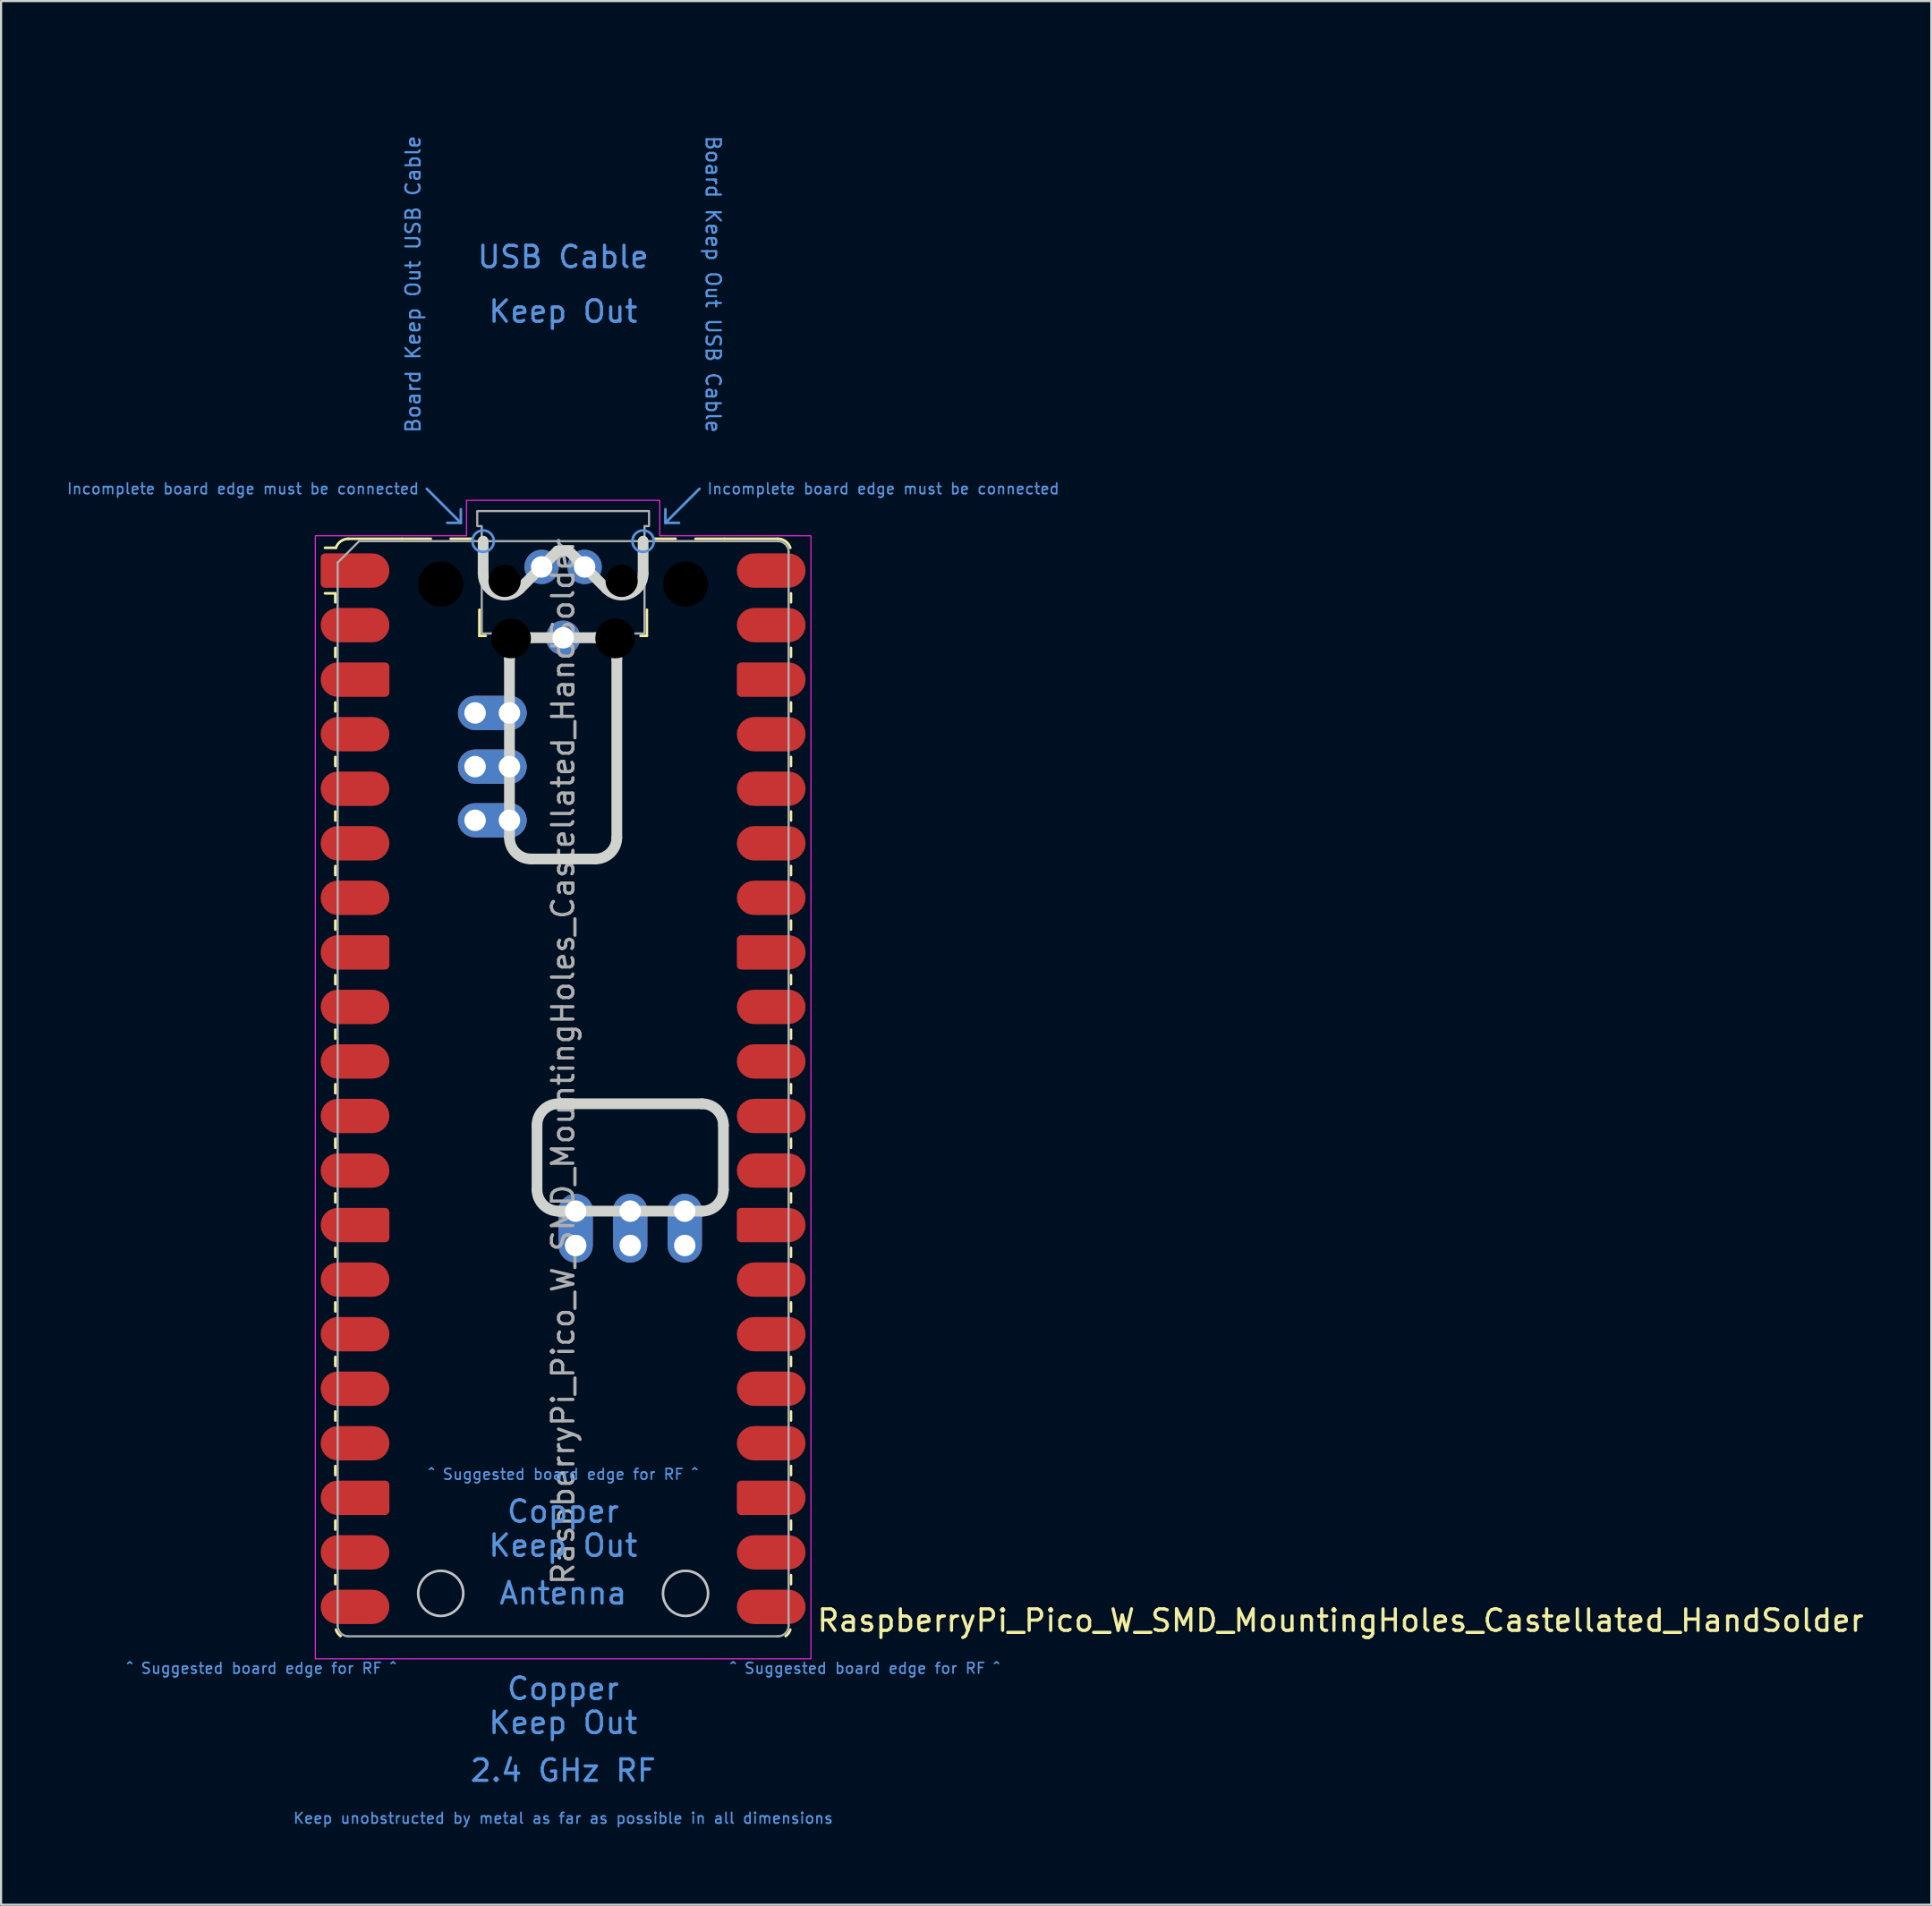
<source format=kicad_pcb>
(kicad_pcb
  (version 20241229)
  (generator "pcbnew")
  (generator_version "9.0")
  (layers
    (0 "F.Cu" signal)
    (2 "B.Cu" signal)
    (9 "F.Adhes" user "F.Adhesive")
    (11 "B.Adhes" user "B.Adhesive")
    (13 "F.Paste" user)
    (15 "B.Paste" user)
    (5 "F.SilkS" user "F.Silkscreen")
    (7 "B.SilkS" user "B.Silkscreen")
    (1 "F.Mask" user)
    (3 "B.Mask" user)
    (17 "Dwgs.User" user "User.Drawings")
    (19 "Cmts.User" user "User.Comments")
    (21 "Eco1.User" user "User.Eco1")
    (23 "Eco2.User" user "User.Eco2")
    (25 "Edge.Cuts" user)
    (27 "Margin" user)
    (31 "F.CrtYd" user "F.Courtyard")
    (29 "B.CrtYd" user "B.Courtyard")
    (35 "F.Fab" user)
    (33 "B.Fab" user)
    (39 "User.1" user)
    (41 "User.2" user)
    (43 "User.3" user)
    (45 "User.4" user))
  (footprint "RaspberryPi_Pico_W_SMD_MountingHoles_Castellated_HandSolder"
    (layer "F.Cu")
    (at 23.173 47.65)
    (property "Reference" "RaspberryPi_Pico_W_SMD_MountingHoles_Castellated_HandSolder" (at 11.748 24.765 0) (unlocked yes) (layer "F.SilkS") (effects (font (size 1 1) (thickness 0.15)) (justify left)))
    (attr smd)
    (fp_line (start -10.61 -23.07) (end -11.09 -23.07) (stroke (width 0.12) (type solid)) (layer "F.SilkS"))
    (fp_line (start -10.61 -23.07) (end -10.61 -22.65) (stroke (width 0.12) (type solid)) (layer "F.SilkS"))
    (fp_line (start -10.61 -20.53) (end -10.61 -20.11) (stroke (width 0.12) (type solid)) (layer "F.SilkS"))
    (fp_line (start -10.61 -17.99) (end -10.61 -17.57) (stroke (width 0.12) (type solid)) (layer "F.SilkS"))
    (fp_line (start -10.61 -15.45) (end -10.61 -15.03) (stroke (width 0.12) (type solid)) (layer "F.SilkS"))
    (fp_line (start -10.61 -12.91) (end -10.61 -12.49) (stroke (width 0.12) (type solid)) (layer "F.SilkS"))
    (fp_line (start -10.61 -10.37) (end -10.61 -9.95) (stroke (width 0.12) (type solid)) (layer "F.SilkS"))
    (fp_line (start -10.61 -7.83) (end -10.61 -7.41) (stroke (width 0.12) (type solid)) (layer "F.SilkS"))
    (fp_line (start -10.61 -5.29) (end -10.61 -4.87) (stroke (width 0.12) (type solid)) (layer "F.SilkS"))
    (fp_line (start -10.61 -2.75) (end -10.61 -2.33) (stroke (width 0.12) (type solid)) (layer "F.SilkS"))
    (fp_line (start -10.61 -0.21) (end -10.61 0.21) (stroke (width 0.12) (type solid)) (layer "F.SilkS"))
    (fp_line (start -10.61 2.33) (end -10.61 2.75) (stroke (width 0.12) (type solid)) (layer "F.SilkS"))
    (fp_line (start -10.61 4.87) (end -10.61 5.29) (stroke (width 0.12) (type solid)) (layer "F.SilkS"))
    (fp_line (start -10.61 7.41) (end -10.61 7.83) (stroke (width 0.12) (type solid)) (layer "F.SilkS"))
    (fp_line (start -10.61 9.95) (end -10.61 10.37) (stroke (width 0.12) (type solid)) (layer "F.SilkS"))
    (fp_line (start -10.61 12.49) (end -10.61 12.91) (stroke (width 0.12) (type solid)) (layer "F.SilkS"))
    (fp_line (start -10.61 15.03) (end -10.61 15.45) (stroke (width 0.12) (type solid)) (layer "F.SilkS"))
    (fp_line (start -10.61 17.57) (end -10.61 17.99) (stroke (width 0.12) (type solid)) (layer "F.SilkS"))
    (fp_line (start -10.61 20.11) (end -10.61 20.53) (stroke (width 0.12) (type solid)) (layer "F.SilkS"))
    (fp_line (start -10.61 22.65) (end -10.61 23.07) (stroke (width 0.12) (type solid)) (layer "F.SilkS"))
    (fp_line (start -10.58 -25.19) (end -11.09 -25.19) (stroke (width 0.12) (type solid)) (layer "F.SilkS"))
    (fp_line (start -10 -25.61) (end -7.51 -25.61) (stroke (width 0.12) (type solid)) (layer "F.SilkS"))
    (fp_line (start -7.51 -25.61) (end -6.162 -25.61) (stroke (width 0.12) (type solid)) (layer "F.SilkS"))
    (fp_line (start -5.238 -25.61) (end -4.235 -25.61) (stroke (width 0.12) (type solid)) (layer "F.SilkS"))
    (fp_line (start -3.9 -22.306) (end -3.9 -21.09) (stroke (width 0.12) (type solid)) (layer "F.SilkS"))
    (fp_line (start -3.9 -21.09) (end -3.604 -21.09) (stroke (width 0.12) (type solid)) (layer "F.SilkS"))
    (fp_line (start 3.604 -21.09) (end 3.9 -21.09) (stroke (width 0.12) (type solid)) (layer "F.SilkS"))
    (fp_line (start 3.9 -22.306) (end 3.9 -21.09) (stroke (width 0.12) (type solid)) (layer "F.SilkS"))
    (fp_line (start 4.235 -25.61) (end 5.238 -25.61) (stroke (width 0.12) (type solid)) (layer "F.SilkS"))
    (fp_line (start 6.162 -25.61) (end 7.51 -25.61) (stroke (width 0.12) (type solid)) (layer "F.SilkS"))
    (fp_line (start 10 -25.61) (end 7.51 -25.61) (stroke (width 0.12) (type solid)) (layer "F.SilkS"))
    (fp_line (start 10.61 -23.07) (end 10.61 -22.65) (stroke (width 0.12) (type solid)) (layer "F.SilkS"))
    (fp_line (start 10.61 -20.53) (end 10.61 -20.11) (stroke (width 0.12) (type solid)) (layer "F.SilkS"))
    (fp_line (start 10.61 -17.99) (end 10.61 -17.57) (stroke (width 0.12) (type solid)) (layer "F.SilkS"))
    (fp_line (start 10.61 -15.45) (end 10.61 -15.03) (stroke (width 0.12) (type solid)) (layer "F.SilkS"))
    (fp_line (start 10.61 -12.91) (end 10.61 -12.49) (stroke (width 0.12) (type solid)) (layer "F.SilkS"))
    (fp_line (start 10.61 -10.37) (end 10.61 -9.95) (stroke (width 0.12) (type solid)) (layer "F.SilkS"))
    (fp_line (start 10.61 -7.83) (end 10.61 -7.41) (stroke (width 0.12) (type solid)) (layer "F.SilkS"))
    (fp_line (start 10.61 -5.29) (end 10.61 -4.87) (stroke (width 0.12) (type solid)) (layer "F.SilkS"))
    (fp_line (start 10.61 -2.75) (end 10.61 -2.33) (stroke (width 0.12) (type solid)) (layer "F.SilkS"))
    (fp_line (start 10.61 -0.21) (end 10.61 0.21) (stroke (width 0.12) (type solid)) (layer "F.SilkS"))
    (fp_line (start 10.61 2.33) (end 10.61 2.75) (stroke (width 0.12) (type solid)) (layer "F.SilkS"))
    (fp_line (start 10.61 4.87) (end 10.61 5.29) (stroke (width 0.12) (type solid)) (layer "F.SilkS"))
    (fp_line (start 10.61 7.41) (end 10.61 7.83) (stroke (width 0.12) (type solid)) (layer "F.SilkS"))
    (fp_line (start 10.61 9.95) (end 10.61 10.37) (stroke (width 0.12) (type solid)) (layer "F.SilkS"))
    (fp_line (start 10.61 12.49) (end 10.61 12.91) (stroke (width 0.12) (type solid)) (layer "F.SilkS"))
    (fp_line (start 10.61 15.03) (end 10.61 15.45) (stroke (width 0.12) (type solid)) (layer "F.SilkS"))
    (fp_line (start 10.61 17.57) (end 10.61 17.99) (stroke (width 0.12) (type solid)) (layer "F.SilkS"))
    (fp_line (start 10.61 20.11) (end 10.61 20.53) (stroke (width 0.12) (type solid)) (layer "F.SilkS"))
    (fp_line (start 10.61 22.65) (end 10.61 23.07) (stroke (width 0.12) (type solid)) (layer "F.SilkS"))
    (fp_arc (start -10.579676 -25.189937) (mid -10.357938 -25.493944) (end -10 -25.61) (stroke (width 0.12) (type solid)) (layer "F.SilkS"))
    (fp_arc (start -10.363318 25.49) (mid -10.494792 25.356765) (end -10.579676 25.189937) (stroke (width 0.12) (type solid)) (layer "F.SilkS"))
    (fp_arc (start 10 -25.61) (mid 10.357937 -25.493944) (end 10.579676 -25.189937) (stroke (width 0.12) (type solid)) (layer "F.SilkS"))
    (fp_arc (start 10.579676 25.189937) (mid 10.494812 25.356783) (end 10.363318 25.49) (stroke (width 0.12) (type solid)) (layer "F.SilkS"))
    (fp_circle (center -5.7 23.5) (end -4.65 23.5) (stroke (width 0.12) (type solid)) (fill no) (layer "Dwgs.User"))
    (fp_circle (center 5.7 23.5) (end 6.75 23.5) (stroke (width 0.12) (type solid)) (fill no) (layer "Dwgs.User"))
    (fp_line (start -6.35 -27.94) (end -4.763 -26.352) (stroke (width 0.12) (type solid)) (layer "Cmts.User"))
    (fp_line (start -4.763 -26.352) (end -5.397 -26.352) (stroke (width 0.12) (type solid)) (layer "Cmts.User"))
    (fp_line (start -4.763 -26.352) (end -4.763 -26.988) (stroke (width 0.12) (type solid)) (layer "Cmts.User"))
    (fp_line (start 4.763 -26.352) (end 4.763 -26.988) (stroke (width 0.12) (type solid)) (layer "Cmts.User"))
    (fp_line (start 4.763 -26.352) (end 5.397 -26.352) (stroke (width 0.12) (type solid)) (layer "Cmts.User"))
    (fp_line (start 6.35 -27.94) (end 4.763 -26.352) (stroke (width 0.12) (type solid)) (layer "Cmts.User"))
    (fp_circle (center -3.725 -25.5) (end -3.225 -25.5) (stroke (width 0.12) (type solid)) (fill no) (layer "Cmts.User"))
    (fp_circle (center 3.725 -25.5) (end 3.225 -25.5) (stroke (width 0.12) (type solid)) (fill no) (layer "Cmts.User"))
    (fp_line (start -3.725 -23.989) (end -3.725 -25.5) (stroke (width 0.5) (type solid)) (layer "Edge.Cuts"))
    (fp_line (start -2.5 -20) (end -2.5 -11.7) (stroke (width 0.5) (type solid)) (layer "Edge.Cuts"))
    (fp_line (start -2.018 -23.282) (end -0.258 -25.042) (stroke (width 0.5) (type solid)) (layer "Edge.Cuts"))
    (fp_line (start -1.216 4.7) (end -1.216 1.7) (stroke (width 0.5) (type solid)) (layer "Edge.Cuts"))
    (fp_line (start -0.216 5.7) (end 6.464 5.7) (stroke (width 0.5) (type solid)) (layer "Edge.Cuts"))
    (fp_line (start 0.258 -25.042) (end -0.258 -25.042) (stroke (width 0.5) (type solid)) (layer "Edge.Cuts"))
    (fp_line (start 1.5 -21) (end -1.5 -21) (stroke (width 0.5) (type solid)) (layer "Edge.Cuts"))
    (fp_line (start 1.5 -10.7) (end -1.5 -10.7) (stroke (width 0.5) (type solid)) (layer "Edge.Cuts"))
    (fp_line (start 2.018 -23.282) (end 0.258 -25.042) (stroke (width 0.5) (type solid)) (layer "Edge.Cuts"))
    (fp_line (start 2.5 -11.7) (end 2.5 -20) (stroke (width 0.5) (type solid)) (layer "Edge.Cuts"))
    (fp_line (start 3.725 -23.989) (end 3.725 -25.5) (stroke (width 0.5) (type solid)) (layer "Edge.Cuts"))
    (fp_line (start 6.464 0.7) (end -0.216 0.7) (stroke (width 0.5) (type solid)) (layer "Edge.Cuts"))
    (fp_line (start 7.464 1.7) (end 7.464 4.7) (stroke (width 0.5) (type solid)) (layer "Edge.Cuts"))
    (fp_arc (start -2.5 -20) (mid -2.207118 -20.707118) (end -1.5 -21) (stroke (width 0.5) (type solid)) (layer "Edge.Cuts"))
    (fp_arc (start -2.017893 -23.282106) (mid -3.107711 -23.065266) (end -3.725 -23.989213) (stroke (width 0.5) (type solid)) (layer "Edge.Cuts"))
    (fp_arc (start -1.5 -10.7) (mid -2.20711 -10.99289) (end -2.5 -11.7) (stroke (width 0.5) (type solid)) (layer "Edge.Cuts"))
    (fp_arc (start -1.2159 1.7) (mid -0.923007 0.992893) (end -0.2159 0.7) (stroke (width 0.5) (type solid)) (layer "Edge.Cuts"))
    (fp_arc (start -0.2159 5.7) (mid -0.923007 5.407107) (end -1.2159 4.7) (stroke (width 0.5) (type solid)) (layer "Edge.Cuts"))
    (fp_arc (start 1.5 -21) (mid 2.207107 -20.707107) (end 2.5 -20) (stroke (width 0.5) (type solid)) (layer "Edge.Cuts"))
    (fp_arc (start 2.5 -11.7) (mid 2.207095 -10.992905) (end 1.5 -10.7) (stroke (width 0.5) (type solid)) (layer "Edge.Cuts"))
    (fp_arc (start 3.725 -23.989213) (mid 3.107698 -23.06529) (end 2.017893 -23.282106) (stroke (width 0.5) (type solid)) (layer "Edge.Cuts"))
    (fp_arc (start 6.4641 0.7) (mid 7.171207 0.992893) (end 7.4641 1.7) (stroke (width 0.5) (type solid)) (layer "Edge.Cuts"))
    (fp_arc (start 7.4641 4.7) (mid 7.171207 5.407107) (end 6.4641 5.7) (stroke (width 0.5) (type solid)) (layer "Edge.Cuts"))
    (fp_poly (pts (xy -4.5 -27.4) (xy 4.5 -27.4) (xy 4.5 -25.75) (xy 11.54 -25.75) (xy 11.54 26.55) (xy -11.54 26.55) (xy -11.54 -25.75) (xy -4.5 -25.75)) (stroke (width 0.05) (type solid)) (fill no) (layer "F.CrtYd"))
    (fp_line (start -10.5 -24.5) (end -9.5 -25.5) (stroke (width 0.1) (type solid)) (layer "F.Fab"))
    (fp_line (start -10.5 25) (end -10.5 -24.5) (stroke (width 0.1) (type solid)) (layer "F.Fab"))
    (fp_line (start -9.5 -25.5) (end 10 -25.5) (stroke (width 0.1) (type solid)) (layer "F.Fab"))
    (fp_line (start 10 25.5) (end -10 25.5) (stroke (width 0.1) (type solid)) (layer "F.Fab"))
    (fp_line (start 10.5 -25) (end 10.5 25) (stroke (width 0.1) (type solid)) (layer "F.Fab"))
    (fp_arc (start -10 25.5) (mid -10.353553 25.353553) (end -10.5 25) (stroke (width 0.1) (type solid)) (layer "F.Fab"))
    (fp_arc (start 10 -25.5) (mid 10.353553 -25.353553) (end 10.5 -25) (stroke (width 0.1) (type solid)) (layer "F.Fab"))
    (fp_arc (start 10.5 25) (mid 10.353553 25.353553) (end 10 25.5) (stroke (width 0.1) (type solid)) (layer "F.Fab"))
    (fp_poly (pts (xy 3.79 -21.2) (xy 3.79 -26.2) (xy 4 -26.2) (xy 4 -26.9) (xy -4 -26.9) (xy -4 -26.2) (xy -3.79 -26.2) (xy -3.79 -21.2)) (stroke (width 0.1) (type solid)) (fill no) (layer "F.Fab"))
    (fp_text user "Keep unobstructed by metal as far as possible in all dimensions" (at 0 33.972 0) (unlocked yes) (layer "Cmts.User") (effects (font (size 0.5 0.5) (thickness 0.075))))
    (fp_text user "^ Suggested board edge for RF ^" (at -14.05 26.988 0) (unlocked yes) (layer "Cmts.User") (effects (font (size 0.5 0.5) (thickness 0.075))))
    (fp_text user "Keep Out" (at 0 21.273 0) (unlocked yes) (layer "Cmts.User") (effects (font (size 1 1) (thickness 0.15))))
    (fp_text user "2.4 GHz RF" (at 0 31.75 0) (unlocked yes) (layer "Cmts.User") (effects (font (size 1 1) (thickness 0.15))))
    (fp_text user "^ Suggested board edge for RF ^" (at 0 17.953 0) (unlocked yes) (layer "Cmts.User") (effects (font (size 0.5 0.5) (thickness 0.075))))
    (fp_text user "Keep Out" (at 0 -36.195 0) (unlocked yes) (layer "Cmts.User") (effects (font (size 1 1) (thickness 0.15))))
    (fp_text user "Keep Out" (at 0 29.527 0) (unlocked yes) (layer "Cmts.User") (effects (font (size 1 1) (thickness 0.15))))
    (fp_text user "Copper" (at 0 27.94 0) (unlocked yes) (layer "Cmts.User") (effects (font (size 1 1) (thickness 0.15))))
    (fp_text user "Incomplete board edge must be connected" (at 6.668 -27.94 0) (unlocked yes) (layer "Cmts.User") (effects (font (size 0.5 0.5) (thickness 0.075)) (justify left)))
    (fp_text user "USB Cable" (at 0 -38.735 0) (unlocked yes) (layer "Cmts.User") (effects (font (size 1 1) (thickness 0.15))))
    (fp_text user "Antenna" (at 0 23.495 0) (unlocked yes) (layer "Cmts.User") (effects (font (size 1 1) (thickness 0.15))))
    (fp_text user "Incomplete board edge must be connected" (at -6.668 -27.94 0) (unlocked yes) (layer "Cmts.User") (effects (font (size 0.5 0.5) (thickness 0.075)) (justify right)))
    (fp_text user "Board Keep Out USB Cable" (at -6.985 -37.465 90) (unlocked yes) (layer "Cmts.User") (effects (font (size 0.667 0.667) (thickness 0.1))))
    (fp_text user "^ Suggested board edge for RF ^" (at 14.05 26.988 0) (unlocked yes) (layer "Cmts.User") (effects (font (size 0.5 0.5) (thickness 0.075))))
    (fp_text user "Copper" (at 0 19.685 0) (unlocked yes) (layer "Cmts.User") (effects (font (size 1 1) (thickness 0.15))))
    (fp_text user "Board Keep Out USB Cable" (at 6.985 -37.465 270) (unlocked yes) (layer "Cmts.User") (effects (font (size 0.667 0.667) (thickness 0.1))))
    (fp_text user "${REFERENCE}" (at 0 -1.27 90) (layer "F.Fab") (effects (font (size 1 1) (thickness 0.15))))
    (pad "" np_thru_hole circle (at -5.7 -23.5) (size 3.8 3.8) (drill 2.1) (layers "*.Mask"))
    (pad "" np_thru_hole circle (at -2.725 -23.65) (size 1.5 1.5) (drill 1.5) (layers "*.Mask"))
    (pad "" np_thru_hole circle (at -2.425 -20.97) (size 1.85 1.85) (drill 1.85) (layers "*.Mask"))
    (pad "" np_thru_hole circle (at 2.425 -20.97) (size 1.85 1.85) (drill 1.85) (layers "*.Mask"))
    (pad "" np_thru_hole circle (at 2.725 -23.65) (size 1.5 1.5) (drill 1.5) (layers "*.Mask"))
    (pad "" np_thru_hole circle (at 5.7 -23.5) (size 3.8 3.8) (drill 2.1) (layers "*.Mask"))
    (pad "1" smd custom (at -8.89 -24.13) (size 1.6 1.6) (layers "F.Cu" "F.Mask" "F.Paste") (options (anchor circle)) (primitives (gr_poly (pts (xy -2.4 0.6) (xy -2.4 -0.6) (xy -2.2 -0.8) (xy 0 -0.8) (xy 0 0.8) (xy -2.2 0.8)) (width 0) (fill yes)) (gr_circle (center -2.2 0.6) (end -2 0.6) (width 0) (fill yes)) (gr_circle (center -2.2 -0.6) (end -2 -0.6) (width 0) (fill yes))))
    (pad "2" smd roundrect (at -8.89 -21.59) (size 3.2 1.6) (drill (offset -0.8 0)) (layers "F.Cu" "F.Mask" "F.Paste") (roundrect_rratio 0.5))
    (pad "3" smd custom (at -8.89 -19.05) (size 1.6 1.6) (layers "F.Cu" "F.Mask" "F.Paste") (options (anchor circle)) (primitives (gr_poly (pts (xy 0.8 -0.6) (xy 0.8 0.6) (xy 0.6 0.8) (xy -1.6 0.8) (xy -1.6 -0.8) (xy 0.6 -0.8)) (width 0) (fill yes)) (gr_circle (center 0.6 0.6) (end 0.8 0.6) (width 0) (fill yes)) (gr_circle (center 0.6 -0.6) (end 0.8 -0.6) (width 0) (fill yes)) (gr_circle (center -1.6 0) (end -0.8 0) (width 0) (fill yes))))
    (pad "4" smd roundrect (at -8.89 -16.51) (size 3.2 1.6) (drill (offset -0.8 0)) (layers "F.Cu" "F.Mask" "F.Paste") (roundrect_rratio 0.5))
    (pad "5" smd roundrect (at -8.89 -13.97) (size 3.2 1.6) (drill (offset -0.8 0)) (layers "F.Cu" "F.Mask" "F.Paste") (roundrect_rratio 0.5))
    (pad "6" smd roundrect (at -8.89 -11.43) (size 3.2 1.6) (drill (offset -0.8 0)) (layers "F.Cu" "F.Mask" "F.Paste") (roundrect_rratio 0.5))
    (pad "7" smd roundrect (at -8.89 -8.89) (size 3.2 1.6) (drill (offset -0.8 0)) (layers "F.Cu" "F.Mask" "F.Paste") (roundrect_rratio 0.5))
    (pad "8" smd custom (at -8.89 -6.35) (size 1.6 1.6) (layers "F.Cu" "F.Mask" "F.Paste") (options (anchor circle)) (primitives (gr_poly (pts (xy 0.8 -0.6) (xy 0.8 0.6) (xy 0.6 0.8) (xy -1.6 0.8) (xy -1.6 -0.8) (xy 0.6 -0.8)) (width 0) (fill yes)) (gr_circle (center 0.6 0.6) (end 0.8 0.6) (width 0) (fill yes)) (gr_circle (center 0.6 -0.6) (end 0.8 -0.6) (width 0) (fill yes)) (gr_circle (center -1.6 0) (end -0.8 0) (width 0) (fill yes))))
    (pad "9" smd roundrect (at -8.89 -3.81) (size 3.2 1.6) (drill (offset -0.8 0)) (layers "F.Cu" "F.Mask" "F.Paste") (roundrect_rratio 0.5))
    (pad "10" smd roundrect (at -8.89 -1.27) (size 3.2 1.6) (drill (offset -0.8 0)) (layers "F.Cu" "F.Mask" "F.Paste") (roundrect_rratio 0.5))
    (pad "11" smd roundrect (at -8.89 1.27) (size 3.2 1.6) (drill (offset -0.8 0)) (layers "F.Cu" "F.Mask" "F.Paste") (roundrect_rratio 0.5))
    (pad "12" smd roundrect (at -8.89 3.81) (size 3.2 1.6) (drill (offset -0.8 0)) (layers "F.Cu" "F.Mask" "F.Paste") (roundrect_rratio 0.5))
    (pad "13" smd custom (at -8.89 6.35) (size 1.6 1.6) (layers "F.Cu" "F.Mask" "F.Paste") (options (anchor circle)) (primitives (gr_poly (pts (xy 0.8 -0.6) (xy 0.8 0.6) (xy 0.6 0.8) (xy -1.6 0.8) (xy -1.6 -0.8) (xy 0.6 -0.8)) (width 0) (fill yes)) (gr_circle (center 0.6 0.6) (end 0.8 0.6) (width 0) (fill yes)) (gr_circle (center 0.6 -0.6) (end 0.8 -0.6) (width 0) (fill yes)) (gr_circle (center -1.6 0) (end -0.8 0) (width 0) (fill yes))))
    (pad "14" smd roundrect (at -8.89 8.89) (size 3.2 1.6) (drill (offset -0.8 0)) (layers "F.Cu" "F.Mask" "F.Paste") (roundrect_rratio 0.5))
    (pad "15" smd roundrect (at -8.89 11.43) (size 3.2 1.6) (drill (offset -0.8 0)) (layers "F.Cu" "F.Mask" "F.Paste") (roundrect_rratio 0.5))
    (pad "16" smd roundrect (at -8.89 13.97) (size 3.2 1.6) (drill (offset -0.8 0)) (layers "F.Cu" "F.Mask" "F.Paste") (roundrect_rratio 0.5))
    (pad "17" smd roundrect (at -8.89 16.51) (size 3.2 1.6) (drill (offset -0.8 0)) (layers "F.Cu" "F.Mask" "F.Paste") (roundrect_rratio 0.5))
    (pad "18" smd custom (at -8.89 19.05) (size 1.6 1.6) (layers "F.Cu" "F.Mask" "F.Paste") (options (anchor circle)) (primitives (gr_poly (pts (xy 0.8 -0.6) (xy 0.8 0.6) (xy 0.6 0.8) (xy -1.6 0.8) (xy -1.6 -0.8) (xy 0.6 -0.8)) (width 0) (fill yes)) (gr_circle (center 0.6 0.6) (end 0.8 0.6) (width 0) (fill yes)) (gr_circle (center 0.6 -0.6) (end 0.8 -0.6) (width 0) (fill yes)) (gr_circle (center -1.6 0) (end -0.8 0) (width 0) (fill yes))))
    (pad "19" smd roundrect (at -8.89 21.59) (size 3.2 1.6) (drill (offset -0.8 0)) (layers "F.Cu" "F.Mask" "F.Paste") (roundrect_rratio 0.5))
    (pad "20" smd roundrect (at -8.89 24.13) (size 3.2 1.6) (drill (offset -0.8 0)) (layers "F.Cu" "F.Mask" "F.Paste") (roundrect_rratio 0.5))
    (pad "21" smd roundrect (at 8.89 24.13) (size 3.2 1.6) (drill (offset 0.8 0)) (layers "F.Cu" "F.Mask" "F.Paste") (roundrect_rratio 0.5))
    (pad "22" smd roundrect (at 8.89 21.59) (size 3.2 1.6) (drill (offset 0.8 0)) (layers "F.Cu" "F.Mask" "F.Paste") (roundrect_rratio 0.5))
    (pad "23" smd custom (at 8.89 19.05) (size 1.6 1.6) (layers "F.Cu" "F.Mask" "F.Paste") (options (anchor circle)) (primitives (gr_poly (pts (xy -0.8 -0.6) (xy -0.8 0.6) (xy -0.6 0.8) (xy 1.6 0.8) (xy 1.6 -0.8) (xy -0.6 -0.8)) (width 0) (fill yes)) (gr_circle (center -0.6 0.6) (end -0.4 0.6) (width 0) (fill yes)) (gr_circle (center -0.6 -0.6) (end -0.4 -0.6) (width 0) (fill yes)) (gr_circle (center 1.6 0) (end 2.4 0) (width 0) (fill yes))))
    (pad "24" smd roundrect (at 8.89 16.51) (size 3.2 1.6) (drill (offset 0.8 0)) (layers "F.Cu" "F.Mask" "F.Paste") (roundrect_rratio 0.5))
    (pad "25" smd roundrect (at 8.89 13.97) (size 3.2 1.6) (drill (offset 0.8 0)) (layers "F.Cu" "F.Mask" "F.Paste") (roundrect_rratio 0.5))
    (pad "26" smd roundrect (at 8.89 11.43) (size 3.2 1.6) (drill (offset 0.8 0)) (layers "F.Cu" "F.Mask" "F.Paste") (roundrect_rratio 0.5))
    (pad "27" smd roundrect (at 8.89 8.89) (size 3.2 1.6) (drill (offset 0.8 0)) (layers "F.Cu" "F.Mask" "F.Paste") (roundrect_rratio 0.5))
    (pad "28" smd custom (at 8.89 6.35) (size 1.6 1.6) (layers "F.Cu" "F.Mask" "F.Paste") (options (anchor circle)) (primitives (gr_poly (pts (xy -0.8 -0.6) (xy -0.8 0.6) (xy -0.6 0.8) (xy 1.6 0.8) (xy 1.6 -0.8) (xy -0.6 -0.8)) (width 0) (fill yes)) (gr_circle (center -0.6 0.6) (end -0.4 0.6) (width 0) (fill yes)) (gr_circle (center -0.6 -0.6) (end -0.4 -0.6) (width 0) (fill yes)) (gr_circle (center 1.6 0) (end 2.4 0) (width 0) (fill yes))))
    (pad "29" smd roundrect (at 8.89 3.81) (size 3.2 1.6) (drill (offset 0.8 0)) (layers "F.Cu" "F.Mask" "F.Paste") (roundrect_rratio 0.5))
    (pad "30" smd roundrect (at 8.89 1.27) (size 3.2 1.6) (drill (offset 0.8 0)) (layers "F.Cu" "F.Mask" "F.Paste") (roundrect_rratio 0.5))
    (pad "31" smd roundrect (at 8.89 -1.27) (size 3.2 1.6) (drill (offset 0.8 0)) (layers "F.Cu" "F.Mask" "F.Paste") (roundrect_rratio 0.5))
    (pad "32" smd roundrect (at 8.89 -3.81) (size 3.2 1.6) (drill (offset 0.8 0)) (layers "F.Cu" "F.Mask" "F.Paste") (roundrect_rratio 0.5))
    (pad "33" smd custom (at 8.89 -6.35) (size 1.6 1.6) (layers "F.Cu" "F.Mask" "F.Paste") (options (anchor circle)) (primitives (gr_poly (pts (xy -0.8 -0.6) (xy -0.8 0.6) (xy -0.6 0.8) (xy 1.6 0.8) (xy 1.6 -0.8) (xy -0.6 -0.8)) (width 0) (fill yes)) (gr_circle (center -0.6 0.6) (end -0.4 0.6) (width 0) (fill yes)) (gr_circle (center -0.6 -0.6) (end -0.4 -0.6) (width 0) (fill yes)) (gr_circle (center 1.6 0) (end 2.4 0) (width 0) (fill yes))))
    (pad "34" smd roundrect (at 8.89 -8.89) (size 3.2 1.6) (drill (offset 0.8 0)) (layers "F.Cu" "F.Mask" "F.Paste") (roundrect_rratio 0.5))
    (pad "35" smd roundrect (at 8.89 -11.43) (size 3.2 1.6) (drill (offset 0.8 0)) (layers "F.Cu" "F.Mask" "F.Paste") (roundrect_rratio 0.5))
    (pad "36" smd roundrect (at 8.89 -13.97) (size 3.2 1.6) (drill (offset 0.8 0)) (layers "F.Cu" "F.Mask" "F.Paste") (roundrect_rratio 0.5))
    (pad "37" smd roundrect (at 8.89 -16.51) (size 3.2 1.6) (drill (offset 0.8 0)) (layers "F.Cu" "F.Mask" "F.Paste") (roundrect_rratio 0.5))
    (pad "38" smd custom (at 8.89 -19.05) (size 1.6 1.6) (layers "F.Cu" "F.Mask" "F.Paste") (options (anchor circle)) (primitives (gr_poly (pts (xy -0.8 -0.6) (xy -0.8 0.6) (xy -0.6 0.8) (xy 1.6 0.8) (xy 1.6 -0.8) (xy -0.6 -0.8)) (width 0) (fill yes)) (gr_circle (center -0.6 0.6) (end -0.4 0.6) (width 0) (fill yes)) (gr_circle (center -0.6 -0.6) (end -0.4 -0.6) (width 0) (fill yes)) (gr_circle (center 1.6 0) (end 2.4 0) (width 0) (fill yes))))
    (pad "39" smd roundrect (at 8.89 -21.59) (size 3.2 1.6) (drill (offset 0.8 0)) (layers "F.Cu" "F.Mask" "F.Paste") (roundrect_rratio 0.5))
    (pad "40" smd roundrect (at 8.89 -24.13) (size 3.2 1.6) (drill (offset 0.8 0)) (layers "F.Cu" "F.Mask" "F.Paste") (roundrect_rratio 0.5))
    (pad "D1" thru_hole circle (at 0.584 5.7) (size 1.6 1.6) (drill 1) (property pad_prop_castellated) (layers "*.Cu" "*.Mask"))
    (pad "D1" thru_hole roundrect (at 0.584 7.3) (size 1.6 3.2) (drill 1 (offset 0 -0.8)) (property pad_prop_castellated) (layers "*.Cu" "*.Mask") (roundrect_rratio 0.5))
    (pad "D2" thru_hole circle (at 3.124 5.7) (size 1.6 1.6) (drill 1) (property pad_prop_castellated) (layers "*.Cu" "*.Mask"))
    (pad "D2" thru_hole roundrect (at 3.124 7.3) (size 1.6 3.2) (drill 1 (offset 0 -0.8)) (property pad_prop_castellated) (layers "*.Cu" "*.Mask") (roundrect_rratio 0.5))
    (pad "D3" thru_hole circle (at 5.664 5.7) (size 1.6 1.6) (drill 1) (property pad_prop_castellated) (layers "*.Cu" "*.Mask"))
    (pad "D3" thru_hole roundrect (at 5.664 7.3) (size 1.6 3.2) (drill 1 (offset 0 -0.8)) (property pad_prop_castellated) (layers "*.Cu" "*.Mask") (roundrect_rratio 0.5))
    (pad "TP1" thru_hole circle (at 0 -21) (size 1.6 1.6) (drill 1) (property pad_prop_castellated) (layers "*.Cu" "*.Mask"))
    (pad "TP2" thru_hole circle (at 1 -24.3) (size 1.6 1.6) (drill 1) (property pad_prop_castellated) (layers "*.Cu" "*.Mask"))
    (pad "TP3" thru_hole circle (at -1 -24.3) (size 1.6 1.6) (drill 1) (property pad_prop_castellated) (layers "*.Cu" "*.Mask"))
    (pad "TP4" thru_hole roundrect (at -4.1 -17.5) (size 3.2 1.6) (drill 1 (offset 0.8 0)) (property pad_prop_castellated) (layers "*.Cu" "*.Mask") (roundrect_rratio 0.5))
    (pad "TP4" thru_hole circle (at -2.5 -17.5) (size 1.6 1.6) (drill 1) (property pad_prop_castellated) (layers "*.Cu" "*.Mask"))
    (pad "TP5" thru_hole roundrect (at -4.1 -15) (size 3.2 1.6) (drill 1 (offset 0.8 0)) (property pad_prop_castellated) (layers "*.Cu" "*.Mask") (roundrect_rratio 0.5))
    (pad "TP5" thru_hole circle (at -2.5 -15) (size 1.6 1.6) (drill 1) (property pad_prop_castellated) (layers "*.Cu" "*.Mask"))
    (pad "TP6" thru_hole roundrect (at -4.1 -12.5) (size 3.2 1.6) (drill 1 (offset 0.8 0)) (property pad_prop_castellated) (layers "*.Cu" "*.Mask") (roundrect_rratio 0.5))
    (pad "TP6" thru_hole circle (at -2.5 -12.5) (size 1.6 1.6) (drill 1) (property pad_prop_castellated) (layers "*.Cu" "*.Mask"))
    (zone (net_name "") (layers "F.Cu" "B.Cu" "F.Paste" "B.Paste") (name "RF Copper Keep Out") (hatch full 0.5) (connect_pads) (min_thickness 0.254) (filled_areas_thickness no) (keepout (tracks not_allowed) (vias not_allowed) (pads not_allowed) (copperpour not_allowed) (footprints not_allowed)) (placement (enabled no)) (fill) (polygon (pts (xy 2.173 72.65) (xy 44.173 72.65) (xy 44.173 82.65) (xy 2.173 82.65))))
    (zone (net_name "") (layers "F.Cu" "B.Cu" "F.Paste" "B.Paste") (name "Antenna Copper Keep Out") (hatch full 0.5) (connect_pads) (min_thickness 0.254) (filled_areas_thickness no) (keepout (tracks not_allowed) (vias not_allowed) (pads not_allowed) (copperpour not_allowed) (footprints not_allowed)) (placement (enabled no)) (fill) (polygon (pts (xy 20.773 72.64) (xy 16.073 68.99) (xy 16.073 64.65) (xy 30.273 64.65) (xy 30.273 68.99) (xy 25.573 72.64) (xy 25.573 72.65) (xy 20.773 72.65))))
    (zone (net_name "") (layer "Edge.Cuts") (name "Board Keep Out USB Cable") (hatch edge 0.5) (connect_pads) (min_thickness 0.254) (filled_areas_thickness no) (keepout (tracks allowed) (vias allowed) (pads allowed) (copperpour allowed) (footprints allowed)) (placement (enabled no)) (fill) (polygon (pts (xy 16.973 0) (xy 29.373 0) (xy 29.373 20.4) (xy 16.973 20.4))))
    (zone (net_name "") (layer "Edge.Cuts") (name "Board Keep Out Suggestion RF") (hatch edge 0.5) (connect_pads) (min_thickness 0.254) (filled_areas_thickness no) (keepout (tracks allowed) (vias allowed) (pads allowed) (copperpour allowed) (footprints allowed)) (placement (enabled no)) (fill) (polygon (pts (xy 30.273 73.65) (xy 44.173 73.65) (xy 44.173 82.65) (xy 2.173 82.65) (xy 2.173 73.65) (xy 16.073 73.65) (xy 16.073 64.65) (xy 30.273 64.65))))
    (zone (net_name "") (layer "Edge.Cuts") (name "Board Keep Out Castellated TP") (hatch edge 0.5) (connect_pads) (min_thickness 0.254) (filled_areas_thickness no) (keepout (tracks allowed) (vias allowed) (pads allowed) (copperpour allowed) (footprints allowed)) (placement (enabled no)) (fill) (polygon (pts (arc (start 24.673447 36.95) (mid 25.380554 36.657107) (end 25.673447 35.95)) (arc (start 25.673447 27.65) (mid 25.380554 26.942893) (end 24.673447 26.65)) (arc (start 21.673447 26.65) (mid 20.96634 26.942893) (end 20.673447 27.65)) (arc (start 20.673447 35.95) (mid 20.966343 36.657104) (end 21.673447 36.95)))))
    (zone (net_name "") (layer "Edge.Cuts") (name "Board Keep Out Castellated Debug") (hatch edge 0.5) (connect_pads) (min_thickness 0.254) (filled_areas_thickness no) (keepout (tracks allowed) (vias allowed) (pads allowed) (copperpour allowed) (footprints allowed)) (placement (enabled no)) (fill) (polygon (pts (arc (start 30.637547 52.35) (mid 30.344651 53.057104) (end 29.637547 53.35)) (arc (start 22.957547 53.35) (mid 22.25044 53.057107) (end 21.957547 52.35)) (arc (start 21.957547 49.35) (mid 22.250443 48.642896) (end 22.957547 48.35)) (arc (start 29.637547 48.35) (mid 30.344654 48.642893) (end 30.637547 49.35)))))
    (zone (net_name "") (layer "Edge.Cuts") (name "Board Keep Out Castellated USB") (hatch edge 0.5) (connect_pads) (min_thickness 0.25) (filled_areas_thickness no) (keepout (tracks allowed) (vias allowed) (pads allowed) (copperpour allowed) (footprints allowed)) (placement (enabled no)) (fill) (polygon (pts (arc (start 20.448447 20.607538) (mid 19.74134 20.900431) (end 19.448447 21.607538)) (arc (start 19.448447 23.660787) (mid 20.065759 24.584679) (end 21.155554 24.367894)) (xy 22.916 22.608) (xy 23.431 22.608) (arc (start 25.19134 24.367894) (mid 26.281135 24.584679) (end 26.898447 23.660787)) (arc (start 26.898447 21.607538) (mid 26.605554 20.900431) (end 25.898447 20.607538)))))
    (zone (net_name "") (layer "F.CrtYd") (name "USB Cable Keep Out") (hatch full 0.5) (connect_pads) (min_thickness 0.254) (filled_areas_thickness no) (keepout (tracks allowed) (vias allowed) (pads allowed) (copperpour allowed) (footprints not_allowed)) (placement (enabled no)) (fill) (polygon (pts (xy 17.423 19.95) (xy 19.233 19.95) (xy 19.233 20.25) (xy 27.113 20.25) (xy 27.113 19.95) (xy 28.923 19.95) (xy 28.923 0.45) (xy 17.423 0.45)))))
  (gr_rect
    (start -3 -3)
    (end 86.885 85.65)
    (stroke (width 0.1) (type default))
    (fill no)
    (layer "Edge.Cuts")))
</source>
